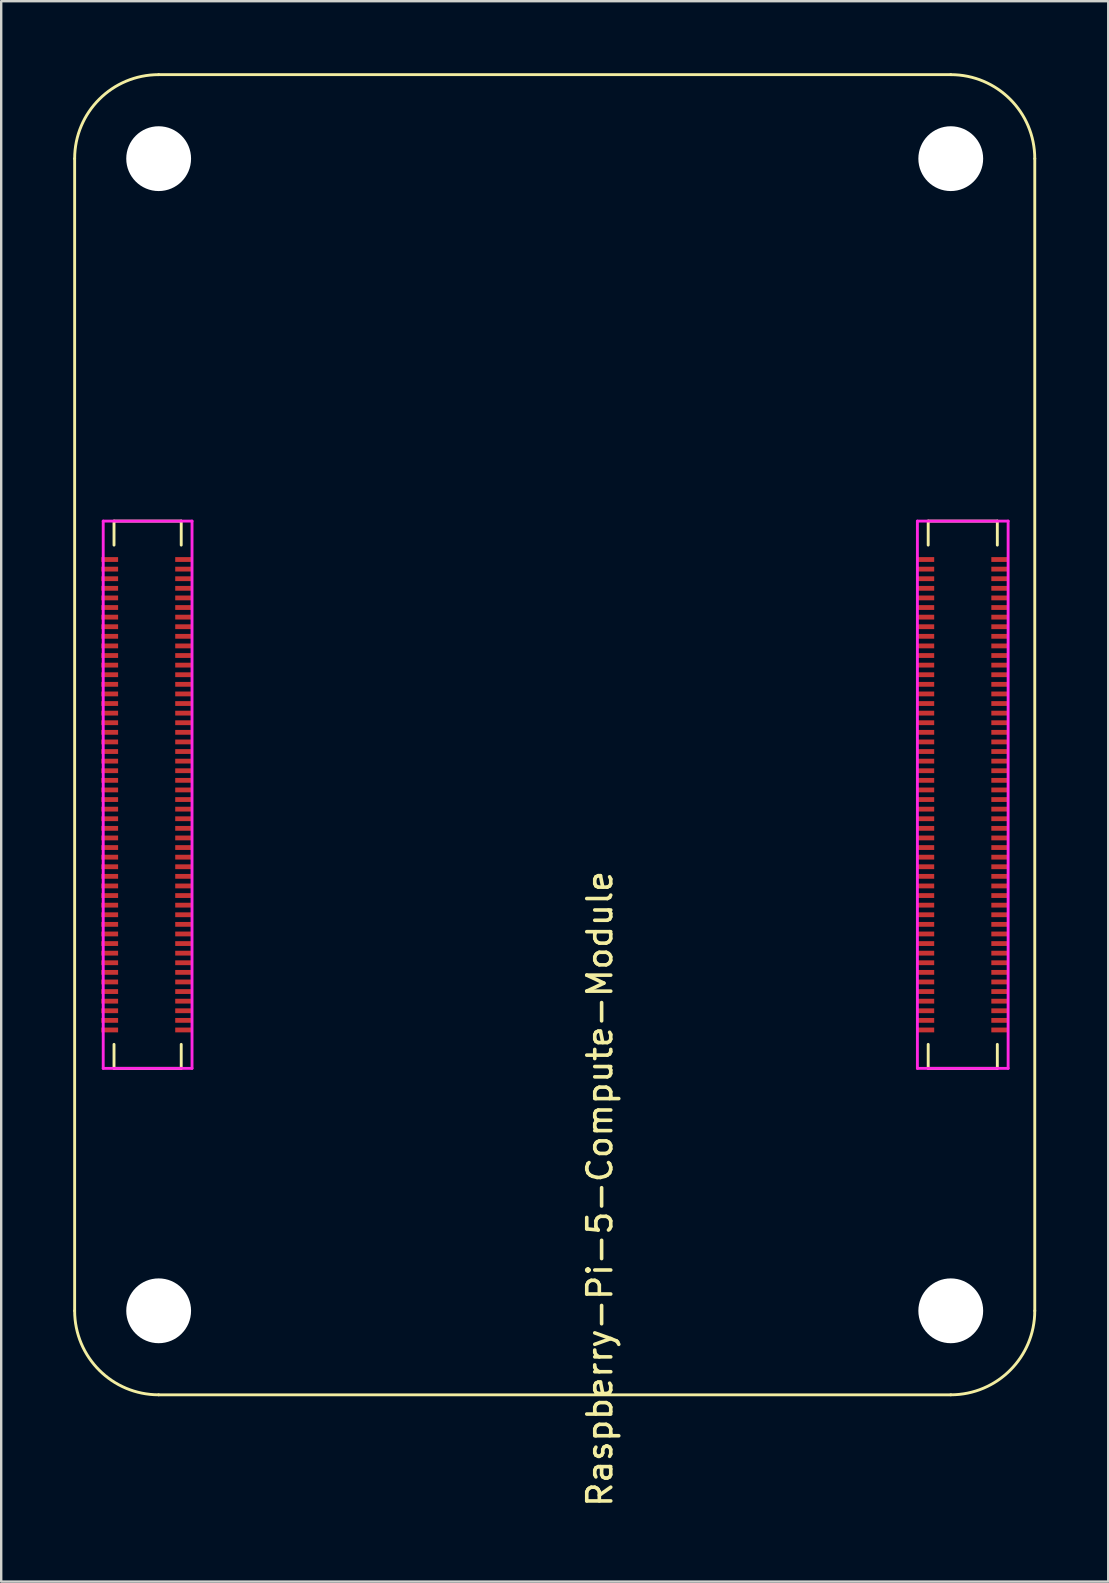
<source format=kicad_pcb>
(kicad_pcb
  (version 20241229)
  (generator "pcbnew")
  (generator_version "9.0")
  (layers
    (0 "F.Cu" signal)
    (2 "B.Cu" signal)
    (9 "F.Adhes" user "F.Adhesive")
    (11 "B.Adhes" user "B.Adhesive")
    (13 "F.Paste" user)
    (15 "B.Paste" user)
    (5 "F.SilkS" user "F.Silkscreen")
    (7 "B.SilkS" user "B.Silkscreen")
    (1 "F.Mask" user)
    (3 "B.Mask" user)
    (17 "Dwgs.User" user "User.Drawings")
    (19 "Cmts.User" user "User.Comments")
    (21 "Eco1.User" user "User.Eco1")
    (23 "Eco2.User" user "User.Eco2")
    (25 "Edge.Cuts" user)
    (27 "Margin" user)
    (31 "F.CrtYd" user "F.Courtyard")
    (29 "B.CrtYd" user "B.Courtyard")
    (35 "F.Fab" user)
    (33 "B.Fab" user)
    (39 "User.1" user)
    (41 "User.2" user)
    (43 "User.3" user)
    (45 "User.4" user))
  (footprint "Raspberry-Pi-5-Compute-Module"
    (layer "F.Cu")
    (at 3.56 51.56)
    (property "Reference" "Raspberry-Pi-5-Compute-Module" (at 18.38 -5.08 270) (layer "F.SilkS") (effects (font (size 1 1) (thickness 0.15))))
    (attr smd)
    (fp_line (start -3.5 -48) (end -3.5 0) (stroke (width 0.12) (type solid)) (layer "F.SilkS"))
    (fp_line (start -1.86 -32.9) (end -1.86 -31.9) (stroke (width 0.12) (type solid)) (layer "F.SilkS"))
    (fp_line (start -1.86 -32.9) (end 0.94 -32.9) (stroke (width 0.12) (type solid)) (layer "F.SilkS"))
    (fp_line (start -1.86 -10.1) (end -1.86 -11.1) (stroke (width 0.12) (type solid)) (layer "F.SilkS"))
    (fp_line (start -1.86 -10.1) (end 0.94 -10.1) (stroke (width 0.12) (type solid)) (layer "F.SilkS"))
    (fp_line (start 0 3.5) (end 33 3.5) (stroke (width 0.12) (type solid)) (layer "F.SilkS"))
    (fp_line (start 0.94 -32.9) (end 0.94 -31.9) (stroke (width 0.12) (type solid)) (layer "F.SilkS"))
    (fp_line (start 0.94 -10.1) (end 0.94 -11.1) (stroke (width 0.12) (type solid)) (layer "F.SilkS"))
    (fp_line (start 32.06 -32.9) (end 32.06 -31.9) (stroke (width 0.12) (type solid)) (layer "F.SilkS"))
    (fp_line (start 32.06 -32.9) (end 34.94 -32.9) (stroke (width 0.12) (type solid)) (layer "F.SilkS"))
    (fp_line (start 32.06 -10.1) (end 32.06 -11.1) (stroke (width 0.12) (type solid)) (layer "F.SilkS"))
    (fp_line (start 32.06 -10.1) (end 34.94 -10.1) (stroke (width 0.12) (type solid)) (layer "F.SilkS"))
    (fp_line (start 33 -51.5) (end 0 -51.5) (stroke (width 0.12) (type solid)) (layer "F.SilkS"))
    (fp_line (start 34.94 -32.9) (end 34.94 -31.9) (stroke (width 0.12) (type solid)) (layer "F.SilkS"))
    (fp_line (start 34.94 -10.1) (end 34.94 -11.1) (stroke (width 0.12) (type solid)) (layer "F.SilkS"))
    (fp_line (start 36.5 0) (end 36.5 -48) (stroke (width 0.12) (type solid)) (layer "F.SilkS"))
    (fp_arc (start -3.5 -48) (mid -2.474874 -50.474874) (end 0 -51.5) (stroke (width 0.12) (type solid)) (layer "F.SilkS"))
    (fp_arc (start 0 3.5) (mid -2.474874 2.474874) (end -3.5 0) (stroke (width 0.12) (type solid)) (layer "F.SilkS"))
    (fp_arc (start 33 -51.5) (mid 35.474874 -50.474874) (end 36.5 -48) (stroke (width 0.12) (type solid)) (layer "F.SilkS"))
    (fp_arc (start 36.5 0) (mid 35.474874 2.474874) (end 33 3.5) (stroke (width 0.12) (type solid)) (layer "F.SilkS"))
    (fp_line (start -2.31 -32.9) (end 1.39 -32.9) (stroke (width 0.12) (type solid)) (layer "F.CrtYd"))
    (fp_line (start -2.31 -10.1) (end -2.31 -32.9) (stroke (width 0.12) (type solid)) (layer "F.CrtYd"))
    (fp_line (start 1.39 -32.9) (end 1.39 -10.1) (stroke (width 0.12) (type solid)) (layer "F.CrtYd"))
    (fp_line (start 1.39 -10.1) (end -2.31 -10.1) (stroke (width 0.12) (type solid)) (layer "F.CrtYd"))
    (fp_line (start 31.61 -32.9) (end 35.39 -32.9) (stroke (width 0.12) (type solid)) (layer "F.CrtYd"))
    (fp_line (start 31.61 -10.1) (end 31.61 -32.9) (stroke (width 0.12) (type solid)) (layer "F.CrtYd"))
    (fp_line (start 35.39 -32.9) (end 35.39 -10.1) (stroke (width 0.12) (type solid)) (layer "F.CrtYd"))
    (fp_line (start 35.39 -10.1) (end 31.61 -10.1) (stroke (width 0.12) (type solid)) (layer "F.CrtYd"))
    (pad "" np_thru_hole circle (at 0 -48) (size 2.7 2.7) (drill 2.7) (layers "*.Cu" "*.Mask"))
    (pad "" np_thru_hole circle (at 0 0) (size 2.7 2.7) (drill 2.7) (layers "*.Cu" "*.Mask"))
    (pad "" np_thru_hole circle (at 33 -48) (size 2.7 2.7) (drill 2.7) (layers "*.Cu" "*.Mask"))
    (pad "" np_thru_hole circle (at 33 0) (size 2.7 2.7) (drill 2.7) (layers "*.Cu" "*.Mask"))
    (pad "1" smd rect (at -2.04 -31.3 270) (size 0.2 0.7) (layers "F.Cu" "F.Mask" "F.Paste"))
    (pad "2" smd rect (at 1.04 -31.3 270) (size 0.2 0.7) (layers "F.Cu" "F.Mask" "F.Paste"))
    (pad "3" smd rect (at -2.04 -30.9 270) (size 0.2 0.7) (layers "F.Cu" "F.Mask" "F.Paste"))
    (pad "4" smd rect (at 1.04 -30.9 270) (size 0.2 0.7) (layers "F.Cu" "F.Mask" "F.Paste"))
    (pad "5" smd rect (at -2.04 -30.5 270) (size 0.2 0.7) (layers "F.Cu" "F.Mask" "F.Paste"))
    (pad "6" smd rect (at 1.04 -30.5 270) (size 0.2 0.7) (layers "F.Cu" "F.Mask" "F.Paste"))
    (pad "7" smd rect (at -2.04 -30.1 270) (size 0.2 0.7) (layers "F.Cu" "F.Mask" "F.Paste"))
    (pad "8" smd rect (at 1.04 -30.1 270) (size 0.2 0.7) (layers "F.Cu" "F.Mask" "F.Paste"))
    (pad "9" smd rect (at -2.04 -29.7 270) (size 0.2 0.7) (layers "F.Cu" "F.Mask" "F.Paste"))
    (pad "10" smd rect (at 1.04 -29.7 270) (size 0.2 0.7) (layers "F.Cu" "F.Mask" "F.Paste"))
    (pad "11" smd rect (at -2.04 -29.3 270) (size 0.2 0.7) (layers "F.Cu" "F.Mask" "F.Paste"))
    (pad "12" smd rect (at 1.04 -29.3 270) (size 0.2 0.7) (layers "F.Cu" "F.Mask" "F.Paste"))
    (pad "13" smd rect (at -2.04 -28.9 270) (size 0.2 0.7) (layers "F.Cu" "F.Mask" "F.Paste"))
    (pad "14" smd rect (at 1.04 -28.9 270) (size 0.2 0.7) (layers "F.Cu" "F.Mask" "F.Paste"))
    (pad "15" smd rect (at -2.04 -28.5 270) (size 0.2 0.7) (layers "F.Cu" "F.Mask" "F.Paste"))
    (pad "16" smd rect (at 1.04 -28.5 270) (size 0.2 0.7) (layers "F.Cu" "F.Mask" "F.Paste"))
    (pad "17" smd rect (at -2.04 -28.1 270) (size 0.2 0.7) (layers "F.Cu" "F.Mask" "F.Paste"))
    (pad "18" smd rect (at 1.04 -28.1 270) (size 0.2 0.7) (layers "F.Cu" "F.Mask" "F.Paste"))
    (pad "19" smd rect (at -2.04 -27.7 270) (size 0.2 0.7) (layers "F.Cu" "F.Mask" "F.Paste"))
    (pad "20" smd rect (at 1.04 -27.7 270) (size 0.2 0.7) (layers "F.Cu" "F.Mask" "F.Paste"))
    (pad "21" smd rect (at -2.04 -27.3 270) (size 0.2 0.7) (layers "F.Cu" "F.Mask" "F.Paste"))
    (pad "22" smd rect (at 1.04 -27.3 270) (size 0.2 0.7) (layers "F.Cu" "F.Mask" "F.Paste"))
    (pad "23" smd rect (at -2.04 -26.9 270) (size 0.2 0.7) (layers "F.Cu" "F.Mask" "F.Paste"))
    (pad "24" smd rect (at 1.04 -26.9 270) (size 0.2 0.7) (layers "F.Cu" "F.Mask" "F.Paste"))
    (pad "25" smd rect (at -2.04 -26.5 270) (size 0.2 0.7) (layers "F.Cu" "F.Mask" "F.Paste"))
    (pad "26" smd rect (at 1.04 -26.5 270) (size 0.2 0.7) (layers "F.Cu" "F.Mask" "F.Paste"))
    (pad "27" smd rect (at -2.04 -26.1 270) (size 0.2 0.7) (layers "F.Cu" "F.Mask" "F.Paste"))
    (pad "28" smd rect (at 1.04 -26.1 270) (size 0.2 0.7) (layers "F.Cu" "F.Mask" "F.Paste"))
    (pad "29" smd rect (at -2.04 -25.7 270) (size 0.2 0.7) (layers "F.Cu" "F.Mask" "F.Paste"))
    (pad "30" smd rect (at 1.04 -25.7 270) (size 0.2 0.7) (layers "F.Cu" "F.Mask" "F.Paste"))
    (pad "31" smd rect (at -2.04 -25.3 270) (size 0.2 0.7) (layers "F.Cu" "F.Mask" "F.Paste"))
    (pad "32" smd rect (at 1.04 -25.3 270) (size 0.2 0.7) (layers "F.Cu" "F.Mask" "F.Paste"))
    (pad "33" smd rect (at -2.04 -24.9 270) (size 0.2 0.7) (layers "F.Cu" "F.Mask" "F.Paste"))
    (pad "34" smd rect (at 1.04 -24.9 270) (size 0.2 0.7) (layers "F.Cu" "F.Mask" "F.Paste"))
    (pad "35" smd rect (at -2.04 -24.5 270) (size 0.2 0.7) (layers "F.Cu" "F.Mask" "F.Paste"))
    (pad "36" smd rect (at 1.04 -24.5 270) (size 0.2 0.7) (layers "F.Cu" "F.Mask" "F.Paste"))
    (pad "37" smd rect (at -2.04 -24.1 270) (size 0.2 0.7) (layers "F.Cu" "F.Mask" "F.Paste"))
    (pad "38" smd rect (at 1.04 -24.1 270) (size 0.2 0.7) (layers "F.Cu" "F.Mask" "F.Paste"))
    (pad "39" smd rect (at -2.04 -23.7 270) (size 0.2 0.7) (layers "F.Cu" "F.Mask" "F.Paste"))
    (pad "40" smd rect (at 1.04 -23.7 270) (size 0.2 0.7) (layers "F.Cu" "F.Mask" "F.Paste"))
    (pad "41" smd rect (at -2.04 -23.3 270) (size 0.2 0.7) (layers "F.Cu" "F.Mask" "F.Paste"))
    (pad "42" smd rect (at 1.04 -23.3 270) (size 0.2 0.7) (layers "F.Cu" "F.Mask" "F.Paste"))
    (pad "43" smd rect (at -2.04 -22.9 270) (size 0.2 0.7) (layers "F.Cu" "F.Mask" "F.Paste"))
    (pad "44" smd rect (at 1.04 -22.9 270) (size 0.2 0.7) (layers "F.Cu" "F.Mask" "F.Paste"))
    (pad "45" smd rect (at -2.04 -22.5 270) (size 0.2 0.7) (layers "F.Cu" "F.Mask" "F.Paste"))
    (pad "46" smd rect (at 1.04 -22.5 270) (size 0.2 0.7) (layers "F.Cu" "F.Mask" "F.Paste"))
    (pad "47" smd rect (at -2.04 -22.1 270) (size 0.2 0.7) (layers "F.Cu" "F.Mask" "F.Paste"))
    (pad "48" smd rect (at 1.04 -22.1 270) (size 0.2 0.7) (layers "F.Cu" "F.Mask" "F.Paste"))
    (pad "49" smd rect (at -2.04 -21.7 270) (size 0.2 0.7) (layers "F.Cu" "F.Mask" "F.Paste"))
    (pad "50" smd rect (at 1.04 -21.7 270) (size 0.2 0.7) (layers "F.Cu" "F.Mask" "F.Paste"))
    (pad "51" smd rect (at -2.04 -21.3 270) (size 0.2 0.7) (layers "F.Cu" "F.Mask" "F.Paste"))
    (pad "52" smd rect (at 1.04 -21.3 270) (size 0.2 0.7) (layers "F.Cu" "F.Mask" "F.Paste"))
    (pad "53" smd rect (at -2.04 -20.9 270) (size 0.2 0.7) (layers "F.Cu" "F.Mask" "F.Paste"))
    (pad "54" smd rect (at 1.04 -20.9 270) (size 0.2 0.7) (layers "F.Cu" "F.Mask" "F.Paste"))
    (pad "55" smd rect (at -2.04 -20.5 270) (size 0.2 0.7) (layers "F.Cu" "F.Mask" "F.Paste"))
    (pad "56" smd rect (at 1.04 -20.5 270) (size 0.2 0.7) (layers "F.Cu" "F.Mask" "F.Paste"))
    (pad "57" smd rect (at -2.04 -20.1 270) (size 0.2 0.7) (layers "F.Cu" "F.Mask" "F.Paste"))
    (pad "58" smd rect (at 1.04 -20.1 270) (size 0.2 0.7) (layers "F.Cu" "F.Mask" "F.Paste"))
    (pad "59" smd rect (at -2.04 -19.7 270) (size 0.2 0.7) (layers "F.Cu" "F.Mask" "F.Paste"))
    (pad "60" smd rect (at 1.04 -19.7 270) (size 0.2 0.7) (layers "F.Cu" "F.Mask" "F.Paste"))
    (pad "61" smd rect (at -2.04 -19.3 270) (size 0.2 0.7) (layers "F.Cu" "F.Mask" "F.Paste"))
    (pad "62" smd rect (at 1.04 -19.3 270) (size 0.2 0.7) (layers "F.Cu" "F.Mask" "F.Paste"))
    (pad "63" smd rect (at -2.04 -18.9 270) (size 0.2 0.7) (layers "F.Cu" "F.Mask" "F.Paste"))
    (pad "64" smd rect (at 1.04 -18.9 270) (size 0.2 0.7) (layers "F.Cu" "F.Mask" "F.Paste"))
    (pad "65" smd rect (at -2.04 -18.5 270) (size 0.2 0.7) (layers "F.Cu" "F.Mask" "F.Paste"))
    (pad "66" smd rect (at 1.04 -18.5 270) (size 0.2 0.7) (layers "F.Cu" "F.Mask" "F.Paste"))
    (pad "67" smd rect (at -2.04 -18.1 270) (size 0.2 0.7) (layers "F.Cu" "F.Mask" "F.Paste"))
    (pad "68" smd rect (at 1.04 -18.1 270) (size 0.2 0.7) (layers "F.Cu" "F.Mask" "F.Paste"))
    (pad "69" smd rect (at -2.04 -17.7 270) (size 0.2 0.7) (layers "F.Cu" "F.Mask" "F.Paste"))
    (pad "70" smd rect (at 1.04 -17.7 270) (size 0.2 0.7) (layers "F.Cu" "F.Mask" "F.Paste"))
    (pad "71" smd rect (at -2.04 -17.3 270) (size 0.2 0.7) (layers "F.Cu" "F.Mask" "F.Paste"))
    (pad "72" smd rect (at 1.04 -17.3 270) (size 0.2 0.7) (layers "F.Cu" "F.Mask" "F.Paste"))
    (pad "73" smd rect (at -2.04 -16.9 270) (size 0.2 0.7) (layers "F.Cu" "F.Mask" "F.Paste"))
    (pad "74" smd rect (at 1.04 -16.9 270) (size 0.2 0.7) (layers "F.Cu" "F.Mask" "F.Paste"))
    (pad "75" smd rect (at -2.04 -16.5 270) (size 0.2 0.7) (layers "F.Cu" "F.Mask" "F.Paste"))
    (pad "76" smd rect (at 1.04 -16.5 270) (size 0.2 0.7) (layers "F.Cu" "F.Mask" "F.Paste"))
    (pad "77" smd rect (at -2.04 -16.1 270) (size 0.2 0.7) (layers "F.Cu" "F.Mask" "F.Paste"))
    (pad "78" smd rect (at 1.04 -16.1 270) (size 0.2 0.7) (layers "F.Cu" "F.Mask" "F.Paste"))
    (pad "79" smd rect (at -2.04 -15.7 270) (size 0.2 0.7) (layers "F.Cu" "F.Mask" "F.Paste"))
    (pad "80" smd rect (at 1.04 -15.7 270) (size 0.2 0.7) (layers "F.Cu" "F.Mask" "F.Paste"))
    (pad "81" smd rect (at -2.04 -15.3 270) (size 0.2 0.7) (layers "F.Cu" "F.Mask" "F.Paste"))
    (pad "82" smd rect (at 1.04 -15.3 270) (size 0.2 0.7) (layers "F.Cu" "F.Mask" "F.Paste"))
    (pad "83" smd rect (at -2.04 -14.9 270) (size 0.2 0.7) (layers "F.Cu" "F.Mask" "F.Paste"))
    (pad "84" smd rect (at 1.04 -14.9 270) (size 0.2 0.7) (layers "F.Cu" "F.Mask" "F.Paste"))
    (pad "85" smd rect (at -2.04 -14.5 270) (size 0.2 0.7) (layers "F.Cu" "F.Mask" "F.Paste"))
    (pad "86" smd rect (at 1.04 -14.5 270) (size 0.2 0.7) (layers "F.Cu" "F.Mask" "F.Paste"))
    (pad "87" smd rect (at -2.04 -14.1 270) (size 0.2 0.7) (layers "F.Cu" "F.Mask" "F.Paste"))
    (pad "88" smd rect (at 1.04 -14.1 270) (size 0.2 0.7) (layers "F.Cu" "F.Mask" "F.Paste"))
    (pad "89" smd rect (at -2.04 -13.7 270) (size 0.2 0.7) (layers "F.Cu" "F.Mask" "F.Paste"))
    (pad "90" smd rect (at 1.04 -13.7 270) (size 0.2 0.7) (layers "F.Cu" "F.Mask" "F.Paste"))
    (pad "91" smd rect (at -2.04 -13.3 270) (size 0.2 0.7) (layers "F.Cu" "F.Mask" "F.Paste"))
    (pad "92" smd rect (at 1.04 -13.3 270) (size 0.2 0.7) (layers "F.Cu" "F.Mask" "F.Paste"))
    (pad "93" smd rect (at -2.04 -12.9 270) (size 0.2 0.7) (layers "F.Cu" "F.Mask" "F.Paste"))
    (pad "94" smd rect (at 1.04 -12.9 270) (size 0.2 0.7) (layers "F.Cu" "F.Mask" "F.Paste"))
    (pad "95" smd rect (at -2.04 -12.5 270) (size 0.2 0.7) (layers "F.Cu" "F.Mask" "F.Paste"))
    (pad "96" smd rect (at 1.04 -12.5 270) (size 0.2 0.7) (layers "F.Cu" "F.Mask" "F.Paste"))
    (pad "97" smd rect (at -2.04 -12.1 270) (size 0.2 0.7) (layers "F.Cu" "F.Mask" "F.Paste"))
    (pad "98" smd rect (at 1.04 -12.1 270) (size 0.2 0.7) (layers "F.Cu" "F.Mask" "F.Paste"))
    (pad "99" smd rect (at -2.04 -11.7 270) (size 0.2 0.7) (layers "F.Cu" "F.Mask" "F.Paste"))
    (pad "100" smd rect (at 1.04 -11.7 270) (size 0.2 0.7) (layers "F.Cu" "F.Mask" "F.Paste"))
    (pad "101" smd rect (at 31.96 -31.3 270) (size 0.2 0.7) (layers "F.Cu" "F.Mask" "F.Paste"))
    (pad "102" smd rect (at 35.04 -31.3 270) (size 0.2 0.7) (layers "F.Cu" "F.Mask" "F.Paste"))
    (pad "103" smd rect (at 31.96 -30.9 270) (size 0.2 0.7) (layers "F.Cu" "F.Mask" "F.Paste"))
    (pad "104" smd rect (at 35.04 -30.9 270) (size 0.2 0.7) (layers "F.Cu" "F.Mask" "F.Paste"))
    (pad "105" smd rect (at 31.96 -30.5 270) (size 0.2 0.7) (layers "F.Cu" "F.Mask" "F.Paste"))
    (pad "106" smd rect (at 35.04 -30.5 270) (size 0.2 0.7) (layers "F.Cu" "F.Mask" "F.Paste"))
    (pad "107" smd rect (at 31.96 -30.1 270) (size 0.2 0.7) (layers "F.Cu" "F.Mask" "F.Paste"))
    (pad "108" smd rect (at 35.04 -30.1 270) (size 0.2 0.7) (layers "F.Cu" "F.Mask" "F.Paste"))
    (pad "109" smd rect (at 31.96 -29.7 270) (size 0.2 0.7) (layers "F.Cu" "F.Mask" "F.Paste"))
    (pad "110" smd rect (at 35.04 -29.7 270) (size 0.2 0.7) (layers "F.Cu" "F.Mask" "F.Paste"))
    (pad "111" smd rect (at 31.96 -29.3 270) (size 0.2 0.7) (layers "F.Cu" "F.Mask" "F.Paste"))
    (pad "112" smd rect (at 35.04 -29.3 270) (size 0.2 0.7) (layers "F.Cu" "F.Mask" "F.Paste"))
    (pad "113" smd rect (at 31.96 -28.9 270) (size 0.2 0.7) (layers "F.Cu" "F.Mask" "F.Paste"))
    (pad "114" smd rect (at 35.04 -28.9 270) (size 0.2 0.7) (layers "F.Cu" "F.Mask" "F.Paste"))
    (pad "115" smd rect (at 31.96 -28.5 270) (size 0.2 0.7) (layers "F.Cu" "F.Mask" "F.Paste"))
    (pad "116" smd rect (at 35.04 -28.5 270) (size 0.2 0.7) (layers "F.Cu" "F.Mask" "F.Paste"))
    (pad "117" smd rect (at 31.96 -28.1 270) (size 0.2 0.7) (layers "F.Cu" "F.Mask" "F.Paste"))
    (pad "118" smd rect (at 35.04 -28.1 270) (size 0.2 0.7) (layers "F.Cu" "F.Mask" "F.Paste"))
    (pad "119" smd rect (at 31.96 -27.7 270) (size 0.2 0.7) (layers "F.Cu" "F.Mask" "F.Paste"))
    (pad "120" smd rect (at 35.04 -27.7 270) (size 0.2 0.7) (layers "F.Cu" "F.Mask" "F.Paste"))
    (pad "121" smd rect (at 31.96 -27.3 270) (size 0.2 0.7) (layers "F.Cu" "F.Mask" "F.Paste"))
    (pad "122" smd rect (at 35.04 -27.3 270) (size 0.2 0.7) (layers "F.Cu" "F.Mask" "F.Paste"))
    (pad "123" smd rect (at 31.96 -26.9 270) (size 0.2 0.7) (layers "F.Cu" "F.Mask" "F.Paste"))
    (pad "124" smd rect (at 35.04 -26.9 270) (size 0.2 0.7) (layers "F.Cu" "F.Mask" "F.Paste"))
    (pad "125" smd rect (at 31.96 -26.5 270) (size 0.2 0.7) (layers "F.Cu" "F.Mask" "F.Paste"))
    (pad "126" smd rect (at 35.04 -26.5 270) (size 0.2 0.7) (layers "F.Cu" "F.Mask" "F.Paste"))
    (pad "127" smd rect (at 31.96 -26.1 270) (size 0.2 0.7) (layers "F.Cu" "F.Mask" "F.Paste"))
    (pad "128" smd rect (at 35.04 -26.1 270) (size 0.2 0.7) (layers "F.Cu" "F.Mask" "F.Paste"))
    (pad "129" smd rect (at 31.96 -25.7 270) (size 0.2 0.7) (layers "F.Cu" "F.Mask" "F.Paste"))
    (pad "130" smd rect (at 35.04 -25.7 270) (size 0.2 0.7) (layers "F.Cu" "F.Mask" "F.Paste"))
    (pad "131" smd rect (at 31.96 -25.3 270) (size 0.2 0.7) (layers "F.Cu" "F.Mask" "F.Paste"))
    (pad "132" smd rect (at 35.04 -25.3 270) (size 0.2 0.7) (layers "F.Cu" "F.Mask" "F.Paste"))
    (pad "133" smd rect (at 31.96 -24.9 270) (size 0.2 0.7) (layers "F.Cu" "F.Mask" "F.Paste"))
    (pad "134" smd rect (at 35.04 -24.9 270) (size 0.2 0.7) (layers "F.Cu" "F.Mask" "F.Paste"))
    (pad "135" smd rect (at 31.96 -24.5 270) (size 0.2 0.7) (layers "F.Cu" "F.Mask" "F.Paste"))
    (pad "136" smd rect (at 35.04 -24.5 270) (size 0.2 0.7) (layers "F.Cu" "F.Mask" "F.Paste"))
    (pad "137" smd rect (at 31.96 -24.1 270) (size 0.2 0.7) (layers "F.Cu" "F.Mask" "F.Paste"))
    (pad "138" smd rect (at 35.04 -24.1 270) (size 0.2 0.7) (layers "F.Cu" "F.Mask" "F.Paste"))
    (pad "139" smd rect (at 31.96 -23.7 270) (size 0.2 0.7) (layers "F.Cu" "F.Mask" "F.Paste"))
    (pad "140" smd rect (at 35.04 -23.7 270) (size 0.2 0.7) (layers "F.Cu" "F.Mask" "F.Paste"))
    (pad "141" smd rect (at 31.96 -23.3 270) (size 0.2 0.7) (layers "F.Cu" "F.Mask" "F.Paste"))
    (pad "142" smd rect (at 35.04 -23.3 270) (size 0.2 0.7) (layers "F.Cu" "F.Mask" "F.Paste"))
    (pad "143" smd rect (at 31.96 -22.9 270) (size 0.2 0.7) (layers "F.Cu" "F.Mask" "F.Paste"))
    (pad "144" smd rect (at 35.04 -22.9 270) (size 0.2 0.7) (layers "F.Cu" "F.Mask" "F.Paste"))
    (pad "145" smd rect (at 31.96 -22.5 270) (size 0.2 0.7) (layers "F.Cu" "F.Mask" "F.Paste"))
    (pad "146" smd rect (at 35.04 -22.5 270) (size 0.2 0.7) (layers "F.Cu" "F.Mask" "F.Paste"))
    (pad "147" smd rect (at 31.96 -22.1 270) (size 0.2 0.7) (layers "F.Cu" "F.Mask" "F.Paste"))
    (pad "148" smd rect (at 35.04 -22.1 270) (size 0.2 0.7) (layers "F.Cu" "F.Mask" "F.Paste"))
    (pad "149" smd rect (at 31.96 -21.7 270) (size 0.2 0.7) (layers "F.Cu" "F.Mask" "F.Paste"))
    (pad "150" smd rect (at 35.04 -21.7 270) (size 0.2 0.7) (layers "F.Cu" "F.Mask" "F.Paste"))
    (pad "151" smd rect (at 31.96 -21.3 270) (size 0.2 0.7) (layers "F.Cu" "F.Mask" "F.Paste"))
    (pad "152" smd rect (at 35.04 -21.3 270) (size 0.2 0.7) (layers "F.Cu" "F.Mask" "F.Paste"))
    (pad "153" smd rect (at 31.96 -20.9 270) (size 0.2 0.7) (layers "F.Cu" "F.Mask" "F.Paste"))
    (pad "154" smd rect (at 35.04 -20.9 270) (size 0.2 0.7) (layers "F.Cu" "F.Mask" "F.Paste"))
    (pad "155" smd rect (at 31.96 -20.5 270) (size 0.2 0.7) (layers "F.Cu" "F.Mask" "F.Paste"))
    (pad "156" smd rect (at 35.04 -20.5 270) (size 0.2 0.7) (layers "F.Cu" "F.Mask" "F.Paste"))
    (pad "157" smd rect (at 31.96 -20.1 270) (size 0.2 0.7) (layers "F.Cu" "F.Mask" "F.Paste"))
    (pad "158" smd rect (at 35.04 -20.1 270) (size 0.2 0.7) (layers "F.Cu" "F.Mask" "F.Paste"))
    (pad "159" smd rect (at 31.96 -19.7 270) (size 0.2 0.7) (layers "F.Cu" "F.Mask" "F.Paste"))
    (pad "160" smd rect (at 35.04 -19.7 270) (size 0.2 0.7) (layers "F.Cu" "F.Mask" "F.Paste"))
    (pad "161" smd rect (at 31.96 -19.3 270) (size 0.2 0.7) (layers "F.Cu" "F.Mask" "F.Paste"))
    (pad "162" smd rect (at 35.04 -19.3 270) (size 0.2 0.7) (layers "F.Cu" "F.Mask" "F.Paste"))
    (pad "163" smd rect (at 31.96 -18.9 270) (size 0.2 0.7) (layers "F.Cu" "F.Mask" "F.Paste"))
    (pad "164" smd rect (at 35.04 -18.9 270) (size 0.2 0.7) (layers "F.Cu" "F.Mask" "F.Paste"))
    (pad "165" smd rect (at 31.96 -18.5 270) (size 0.2 0.7) (layers "F.Cu" "F.Mask" "F.Paste"))
    (pad "166" smd rect (at 35.04 -18.5 270) (size 0.2 0.7) (layers "F.Cu" "F.Mask" "F.Paste"))
    (pad "167" smd rect (at 31.96 -18.1 270) (size 0.2 0.7) (layers "F.Cu" "F.Mask" "F.Paste"))
    (pad "168" smd rect (at 35.04 -18.1 270) (size 0.2 0.7) (layers "F.Cu" "F.Mask" "F.Paste"))
    (pad "169" smd rect (at 31.96 -17.7 270) (size 0.2 0.7) (layers "F.Cu" "F.Mask" "F.Paste"))
    (pad "170" smd rect (at 35.04 -17.7 270) (size 0.2 0.7) (layers "F.Cu" "F.Mask" "F.Paste"))
    (pad "171" smd rect (at 31.96 -17.3 270) (size 0.2 0.7) (layers "F.Cu" "F.Mask" "F.Paste"))
    (pad "172" smd rect (at 35.04 -17.3 270) (size 0.2 0.7) (layers "F.Cu" "F.Mask" "F.Paste"))
    (pad "173" smd rect (at 31.96 -16.9 270) (size 0.2 0.7) (layers "F.Cu" "F.Mask" "F.Paste"))
    (pad "174" smd rect (at 35.04 -16.9 270) (size 0.2 0.7) (layers "F.Cu" "F.Mask" "F.Paste"))
    (pad "175" smd rect (at 31.96 -16.5 270) (size 0.2 0.7) (layers "F.Cu" "F.Mask" "F.Paste"))
    (pad "176" smd rect (at 35.04 -16.5 270) (size 0.2 0.7) (layers "F.Cu" "F.Mask" "F.Paste"))
    (pad "177" smd rect (at 31.96 -16.1 270) (size 0.2 0.7) (layers "F.Cu" "F.Mask" "F.Paste"))
    (pad "178" smd rect (at 35.04 -16.1 270) (size 0.2 0.7) (layers "F.Cu" "F.Mask" "F.Paste"))
    (pad "179" smd rect (at 31.96 -15.7 270) (size 0.2 0.7) (layers "F.Cu" "F.Mask" "F.Paste"))
    (pad "180" smd rect (at 35.04 -15.7 270) (size 0.2 0.7) (layers "F.Cu" "F.Mask" "F.Paste"))
    (pad "181" smd rect (at 31.96 -15.3 270) (size 0.2 0.7) (layers "F.Cu" "F.Mask" "F.Paste"))
    (pad "182" smd rect (at 35.04 -15.3 270) (size 0.2 0.7) (layers "F.Cu" "F.Mask" "F.Paste"))
    (pad "183" smd rect (at 31.96 -14.9 270) (size 0.2 0.7) (layers "F.Cu" "F.Mask" "F.Paste"))
    (pad "184" smd rect (at 35.04 -14.9 270) (size 0.2 0.7) (layers "F.Cu" "F.Mask" "F.Paste"))
    (pad "185" smd rect (at 31.96 -14.5 270) (size 0.2 0.7) (layers "F.Cu" "F.Mask" "F.Paste"))
    (pad "186" smd rect (at 35.04 -14.5 270) (size 0.2 0.7) (layers "F.Cu" "F.Mask" "F.Paste"))
    (pad "187" smd rect (at 31.96 -14.1 270) (size 0.2 0.7) (layers "F.Cu" "F.Mask" "F.Paste"))
    (pad "188" smd rect (at 35.04 -14.1 270) (size 0.2 0.7) (layers "F.Cu" "F.Mask" "F.Paste"))
    (pad "189" smd rect (at 31.96 -13.7 270) (size 0.2 0.7) (layers "F.Cu" "F.Mask" "F.Paste"))
    (pad "190" smd rect (at 35.04 -13.7 270) (size 0.2 0.7) (layers "F.Cu" "F.Mask" "F.Paste"))
    (pad "191" smd rect (at 31.96 -13.3 270) (size 0.2 0.7) (layers "F.Cu" "F.Mask" "F.Paste"))
    (pad "192" smd rect (at 35.04 -13.3 270) (size 0.2 0.7) (layers "F.Cu" "F.Mask" "F.Paste"))
    (pad "193" smd rect (at 31.96 -12.9 270) (size 0.2 0.7) (layers "F.Cu" "F.Mask" "F.Paste"))
    (pad "194" smd rect (at 35.04 -12.9 270) (size 0.2 0.7) (layers "F.Cu" "F.Mask" "F.Paste"))
    (pad "195" smd rect (at 31.96 -12.5 270) (size 0.2 0.7) (layers "F.Cu" "F.Mask" "F.Paste"))
    (pad "196" smd rect (at 35.04 -12.5 270) (size 0.2 0.7) (layers "F.Cu" "F.Mask" "F.Paste"))
    (pad "197" smd rect (at 31.96 -12.1 270) (size 0.2 0.7) (layers "F.Cu" "F.Mask" "F.Paste"))
    (pad "198" smd rect (at 35.04 -12.1 270) (size 0.2 0.7) (layers "F.Cu" "F.Mask" "F.Paste"))
    (pad "199" smd rect (at 31.96 -11.7 270) (size 0.2 0.7) (layers "F.Cu" "F.Mask" "F.Paste"))
    (pad "200" smd rect (at 35.04 -11.7 270) (size 0.2 0.7) (layers "F.Cu" "F.Mask" "F.Paste")))
  (gr_rect
    (start -3 -3)
    (end 43.12 62.843)
    (stroke (width 0.1) (type default))
    (fill no)
    (layer "Edge.Cuts")))
</source>
